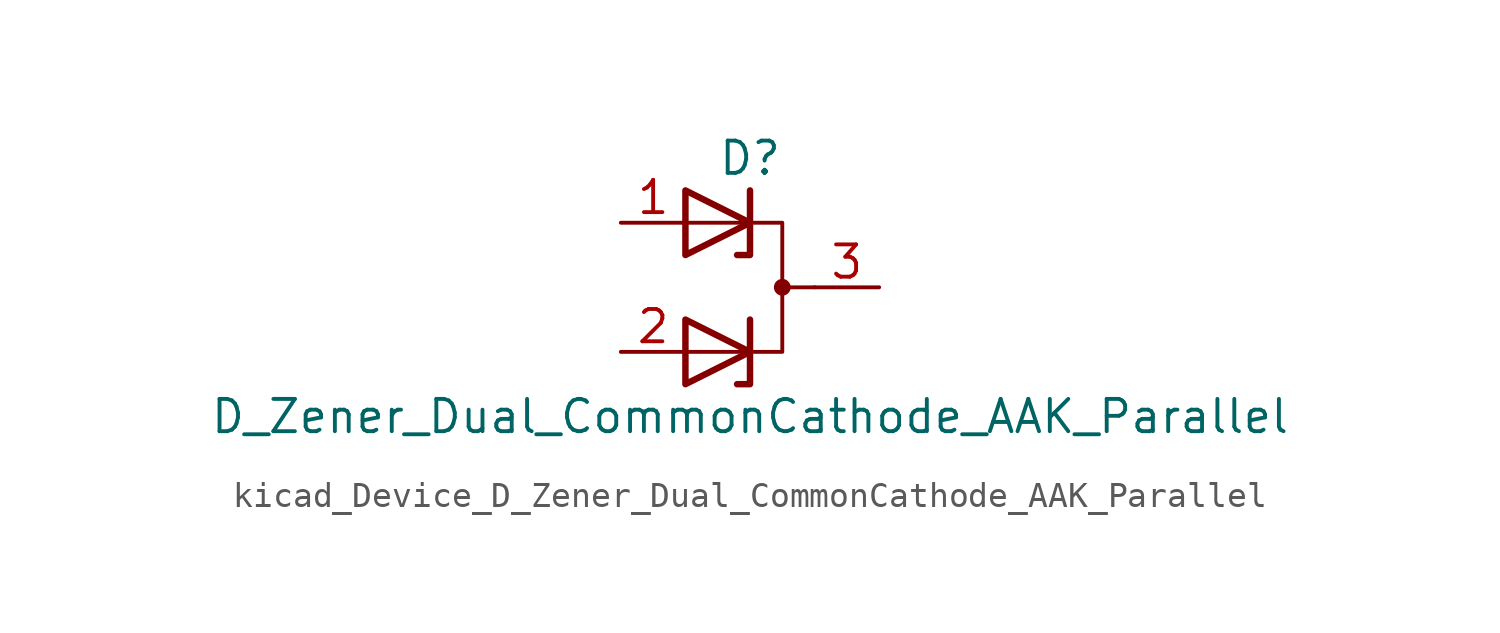
<source format=kicad_sym>
(kicad_symbol_lib
  (version 20220914)
  (generator kicad_symbol_editor)
  (symbol "kicad_Device_D_Zener_Dual_CommonCathode_AAK_Parallel"
    (pin_names
      (offset 0.762) hide)
    (property "Reference" "D"
      (at 0 5.08 0)
      (effects (font (size 1.27 1.27))))
    (property "Value" "D_Zener_Dual_CommonCathode_AAK_Parallel"
      (at 0 -5.08 0)
      (effects (font (size 1.27 1.27))))
    (symbol "kicad_Device_D_Zener_Dual_CommonCathode_AAK_Parallel_0_0"
      (polyline (pts (xy 0 -1.27) (xy 0 -3.81) (xy -0.508 -3.81)) (stroke (width 0.254) (type default)) (fill (type none)))
      (polyline (pts (xy 0 3.81) (xy 0 1.27) (xy -0.508 1.27)) (stroke (width 0.254) (type default)) (fill (type none))))
    (symbol "kicad_Device_D_Zener_Dual_CommonCathode_AAK_Parallel_0_1"
      (polyline (pts (xy 1.27 0) (xy 2.54 0)) (stroke (width 0) (type default)) (fill (type none)))
      (polyline (pts (xy -2.54 -2.54) (xy 1.27 -2.54) (xy 1.27 2.54) (xy -2.54 2.54)) (stroke (width 0) (type default)) (fill (type none)))
      (polyline (pts (xy -2.54 -1.27) (xy 0 -2.54) (xy -2.54 -3.81) (xy -2.54 -1.27) (xy -2.54 -1.27) (xy -2.54 -1.27)) (stroke (width 0.254) (type default)) (fill (type none)))
      (polyline (pts (xy -2.54 3.81) (xy 0 2.54) (xy -2.54 1.27) (xy -2.54 3.81) (xy -2.54 3.81) (xy -2.54 3.81)) (stroke (width 0.254) (type default)) (fill (type none)))
      (circle (center 1.27 0) (radius 0.254) (stroke (width 0) (type default)) (fill (type outline)))
      (pin passive line (at -5.08 2.54 0) (length 2.54) (name "K" (effects (font (size 1.27 1.27)))) (number "1" (effects (font (size 1.27 1.27)))))
      (pin passive line (at -5.08 -2.54 0) (length 2.54) (name "K" (effects (font (size 1.27 1.27)))) (number "2" (effects (font (size 1.27 1.27)))))
      (pin passive line (at 5.08 0 180) (length 2.54) (name "A" (effects (font (size 1.27 1.27)))) (number "3" (effects (font (size 1.27 1.27))))))))
</source>
